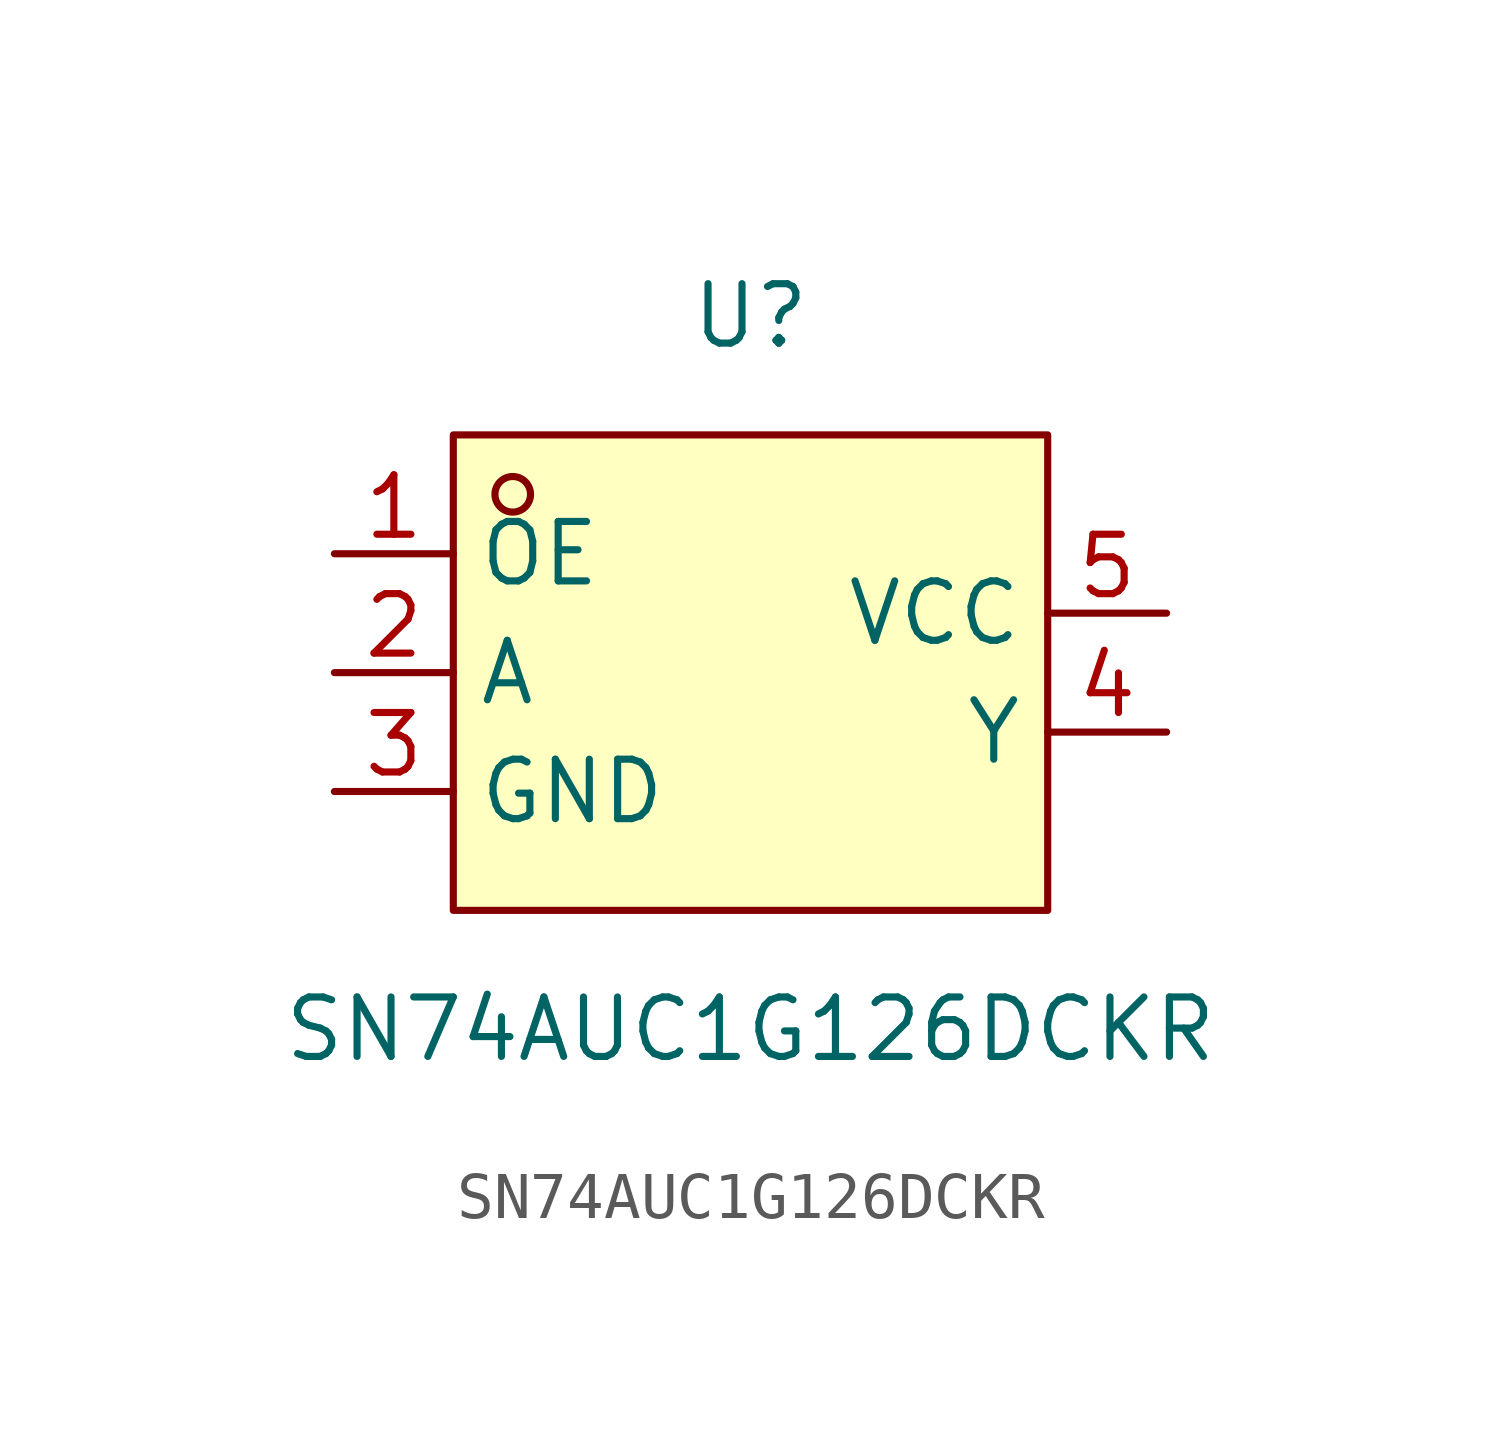
<source format=kicad_sym>
(kicad_symbol_lib
  (version 20211014)
  (generator https://github.com/uPesy/easyeda2kicad.py)
  (symbol "SN74AUC1G126DCKR"
    (property "Reference" "U"
      (at 0 7.62 0)
      (effects (font (size 1.27 1.27))))
    (property "Value" "SN74AUC1G126DCKR"
      (at 0 -7.62 0)
      (effects (font (size 1.27 1.27))))
    (symbol "SN74AUC1G126DCKR_0_1"
      (rectangle (start -6.35 5.08) (end 6.35 -5.08) (stroke (width 0) (type default) (color 0 0 0 0)) (fill (type background)))
      (circle (center -5.08 3.81) (radius 0.38) (stroke (width 0) (type default) (color 0 0 0 0)) (fill (type none)))
      (pin unspecified line (at -8.89 2.54 0) (length 2.54) (name "OE" (effects (font (size 1.27 1.27)))) (number "1" (effects (font (size 1.27 1.27)))))
      (pin unspecified line (at -8.89 -0.00 0) (length 2.54) (name "A" (effects (font (size 1.27 1.27)))) (number "2" (effects (font (size 1.27 1.27)))))
      (pin unspecified line (at -8.89 -2.54 0) (length 2.54) (name "GND" (effects (font (size 1.27 1.27)))) (number "3" (effects (font (size 1.27 1.27)))))
      (pin unspecified line (at 8.89 -1.27 180) (length 2.54) (name "Y" (effects (font (size 1.27 1.27)))) (number "4" (effects (font (size 1.27 1.27)))))
      (pin unspecified line (at 8.89 1.27 180) (length 2.54) (name "VCC" (effects (font (size 1.27 1.27)))) (number "5" (effects (font (size 1.27 1.27))))))))
</source>
